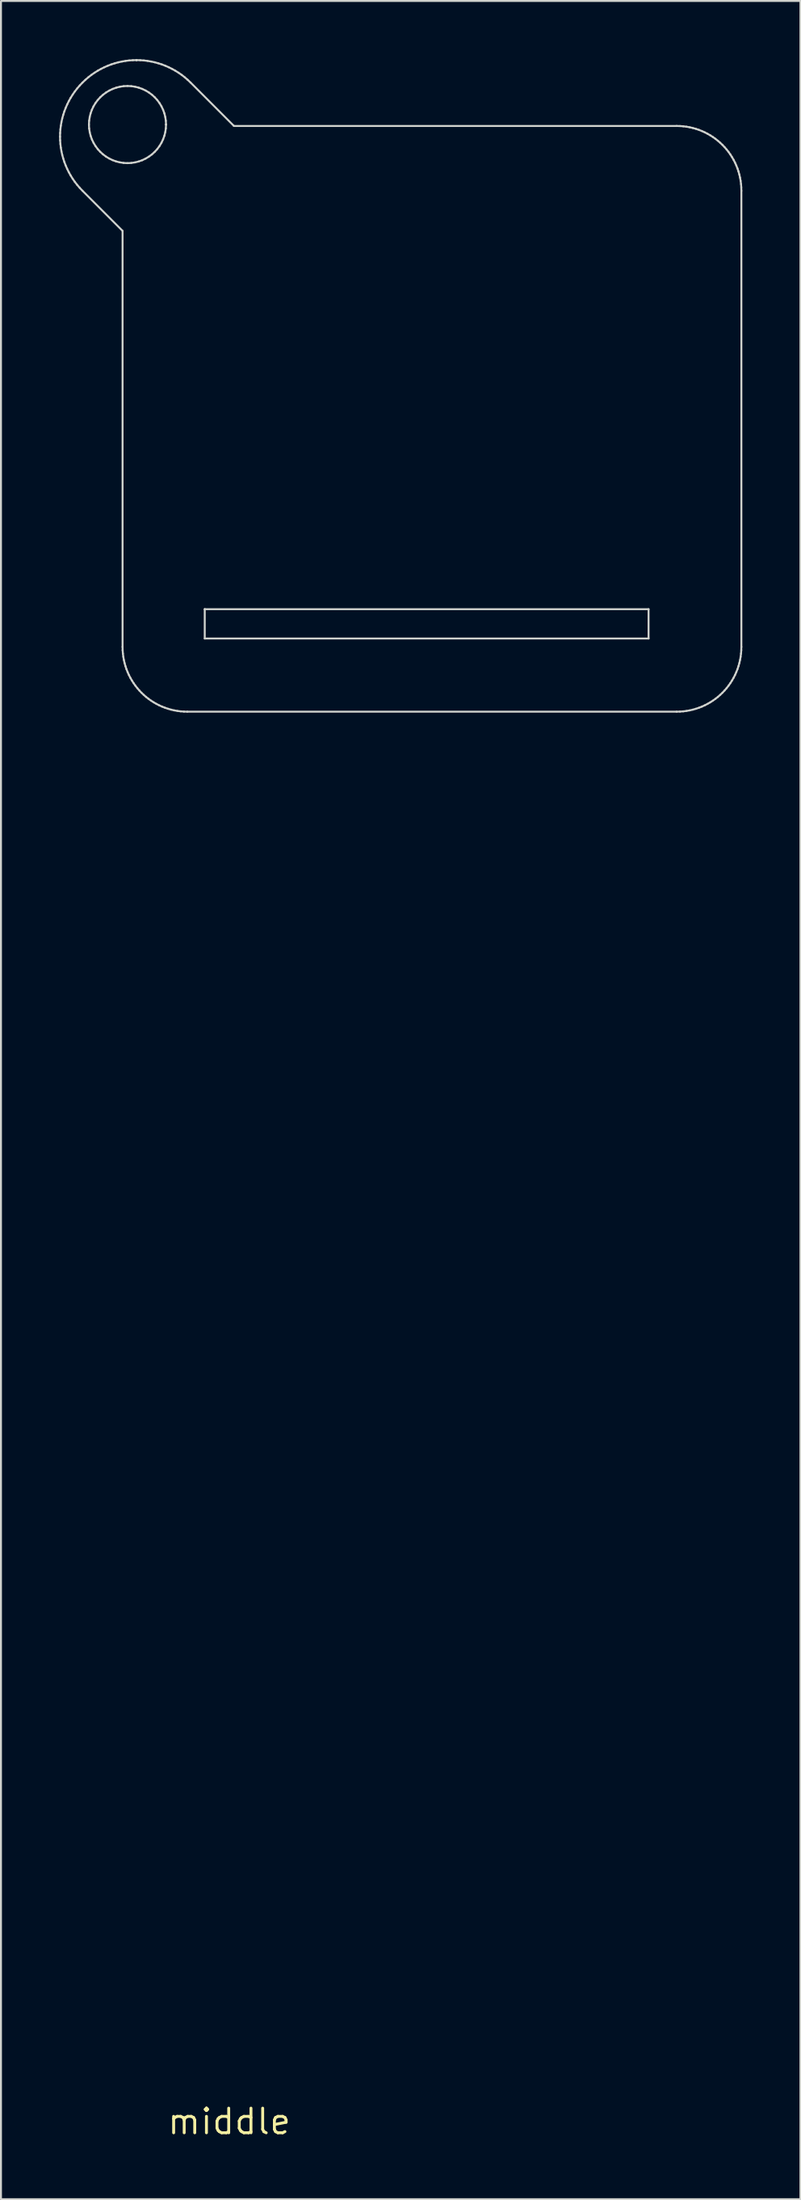
<source format=kicad_pcb>
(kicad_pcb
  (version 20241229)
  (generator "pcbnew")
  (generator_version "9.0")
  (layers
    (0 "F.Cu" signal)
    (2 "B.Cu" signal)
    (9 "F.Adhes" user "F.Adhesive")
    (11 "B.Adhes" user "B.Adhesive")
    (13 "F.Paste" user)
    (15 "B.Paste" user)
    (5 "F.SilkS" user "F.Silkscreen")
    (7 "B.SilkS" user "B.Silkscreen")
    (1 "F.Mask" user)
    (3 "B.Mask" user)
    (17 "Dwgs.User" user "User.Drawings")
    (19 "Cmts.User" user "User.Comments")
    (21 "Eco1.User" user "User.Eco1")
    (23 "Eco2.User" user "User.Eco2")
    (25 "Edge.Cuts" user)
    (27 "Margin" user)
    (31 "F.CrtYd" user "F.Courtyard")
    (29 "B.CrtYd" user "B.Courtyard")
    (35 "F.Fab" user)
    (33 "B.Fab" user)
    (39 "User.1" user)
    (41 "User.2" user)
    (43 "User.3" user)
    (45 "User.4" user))
  (footprint "middle"
    (layer "F.Cu")
    (at 8.787 106.369)
    (property "Reference" "middle" (at 0 0 0) (layer "F.SilkS") (effects (font (size 1.27 1.27) (thickness 0.15))))
    (attr through_hole)
    (fp_line (start -8.737 -102.37) (end -8.733 -102.181) (stroke (width 0.1) (type solid)) (layer "Edge.Cuts"))
    (fp_line (start -8.733 -102.559) (end -8.737 -102.37) (stroke (width 0.1) (type solid)) (layer "Edge.Cuts"))
    (fp_line (start -8.733 -102.181) (end -8.719 -101.992) (stroke (width 0.1) (type solid)) (layer "Edge.Cuts"))
    (fp_line (start -8.719 -102.748) (end -8.733 -102.559) (stroke (width 0.1) (type solid)) (layer "Edge.Cuts"))
    (fp_line (start -8.719 -101.992) (end -8.696 -101.804) (stroke (width 0.1) (type solid)) (layer "Edge.Cuts"))
    (fp_line (start -8.696 -102.936) (end -8.719 -102.748) (stroke (width 0.1) (type solid)) (layer "Edge.Cuts"))
    (fp_line (start -8.696 -101.804) (end -8.665 -101.617) (stroke (width 0.1) (type solid)) (layer "Edge.Cuts"))
    (fp_line (start -8.665 -103.123) (end -8.696 -102.936) (stroke (width 0.1) (type solid)) (layer "Edge.Cuts"))
    (fp_line (start -8.665 -101.617) (end -8.624 -101.432) (stroke (width 0.1) (type solid)) (layer "Edge.Cuts"))
    (fp_line (start -8.624 -103.308) (end -8.665 -103.123) (stroke (width 0.1) (type solid)) (layer "Edge.Cuts"))
    (fp_line (start -8.624 -101.432) (end -8.574 -101.248) (stroke (width 0.1) (type solid)) (layer "Edge.Cuts"))
    (fp_line (start -8.574 -103.492) (end -8.624 -103.308) (stroke (width 0.1) (type solid)) (layer "Edge.Cuts"))
    (fp_line (start -8.574 -101.248) (end -8.515 -101.066) (stroke (width 0.1) (type solid)) (layer "Edge.Cuts"))
    (fp_line (start -8.515 -103.674) (end -8.574 -103.492) (stroke (width 0.1) (type solid)) (layer "Edge.Cuts"))
    (fp_line (start -8.515 -101.066) (end -8.447 -100.887) (stroke (width 0.1) (type solid)) (layer "Edge.Cuts"))
    (fp_line (start -8.447 -103.853) (end -8.515 -103.674) (stroke (width 0.1) (type solid)) (layer "Edge.Cuts"))
    (fp_line (start -8.447 -100.887) (end -8.37 -100.71) (stroke (width 0.1) (type solid)) (layer "Edge.Cuts"))
    (fp_line (start -8.37 -104.03) (end -8.447 -103.853) (stroke (width 0.1) (type solid)) (layer "Edge.Cuts"))
    (fp_line (start -8.37 -100.71) (end -8.284 -100.536) (stroke (width 0.1) (type solid)) (layer "Edge.Cuts"))
    (fp_line (start -8.284 -104.204) (end -8.37 -104.03) (stroke (width 0.1) (type solid)) (layer "Edge.Cuts"))
    (fp_line (start -8.284 -100.536) (end -8.189 -100.366) (stroke (width 0.1) (type solid)) (layer "Edge.Cuts"))
    (fp_line (start -8.189 -104.374) (end -8.284 -104.204) (stroke (width 0.1) (type solid)) (layer "Edge.Cuts"))
    (fp_line (start -8.189 -100.366) (end -8.085 -100.2) (stroke (width 0.1) (type solid)) (layer "Edge.Cuts"))
    (fp_line (start -8.085 -104.54) (end -8.189 -104.374) (stroke (width 0.1) (type solid)) (layer "Edge.Cuts"))
    (fp_line (start -8.085 -100.2) (end -7.972 -100.038) (stroke (width 0.1) (type solid)) (layer "Edge.Cuts"))
    (fp_line (start -7.972 -104.702) (end -8.085 -104.54) (stroke (width 0.1) (type solid)) (layer "Edge.Cuts"))
    (fp_line (start -7.972 -100.038) (end -7.85 -99.88) (stroke (width 0.1) (type solid)) (layer "Edge.Cuts"))
    (fp_line (start -7.85 -104.86) (end -7.972 -104.702) (stroke (width 0.1) (type solid)) (layer "Edge.Cuts"))
    (fp_line (start -7.85 -99.88) (end -7.718 -99.728) (stroke (width 0.1) (type solid)) (layer "Edge.Cuts"))
    (fp_line (start -7.718 -105.012) (end -7.85 -104.86) (stroke (width 0.1) (type solid)) (layer "Edge.Cuts"))
    (fp_line (start -7.718 -99.728) (end -7.578 -99.58) (stroke (width 0.1) (type solid)) (layer "Edge.Cuts"))
    (fp_line (start -7.578 -105.16) (end -7.718 -105.012) (stroke (width 0.1) (type solid)) (layer "Edge.Cuts"))
    (fp_line (start -7.578 -99.58) (end -5.51 -97.512) (stroke (width 0.1) (type solid)) (layer "Edge.Cuts"))
    (fp_line (start -7.43 -105.3) (end -7.578 -105.16) (stroke (width 0.1) (type solid)) (layer "Edge.Cuts"))
    (fp_line (start -7.278 -105.432) (end -7.43 -105.3) (stroke (width 0.1) (type solid)) (layer "Edge.Cuts"))
    (fp_line (start -7.245 -102.995) (end -7.235 -103.192) (stroke (width 0.1) (type solid)) (layer "Edge.Cuts"))
    (fp_line (start -7.235 -103.192) (end -7.206 -103.385) (stroke (width 0.1) (type solid)) (layer "Edge.Cuts"))
    (fp_line (start -7.235 -102.792) (end -7.245 -102.995) (stroke (width 0.1) (type solid)) (layer "Edge.Cuts"))
    (fp_line (start -7.206 -103.385) (end -7.159 -103.574) (stroke (width 0.1) (type solid)) (layer "Edge.Cuts"))
    (fp_line (start -7.204 -102.594) (end -7.235 -102.792) (stroke (width 0.1) (type solid)) (layer "Edge.Cuts"))
    (fp_line (start -7.159 -103.574) (end -7.093 -103.756) (stroke (width 0.1) (type solid)) (layer "Edge.Cuts"))
    (fp_line (start -7.155 -102.403) (end -7.204 -102.594) (stroke (width 0.1) (type solid)) (layer "Edge.Cuts"))
    (fp_line (start -7.12 -105.554) (end -7.278 -105.432) (stroke (width 0.1) (type solid)) (layer "Edge.Cuts"))
    (fp_line (start -7.093 -103.756) (end -7.011 -103.932) (stroke (width 0.1) (type solid)) (layer "Edge.Cuts"))
    (fp_line (start -7.089 -102.221) (end -7.155 -102.403) (stroke (width 0.1) (type solid)) (layer "Edge.Cuts"))
    (fp_line (start -7.011 -103.932) (end -6.911 -104.099) (stroke (width 0.1) (type solid)) (layer "Edge.Cuts"))
    (fp_line (start -7.005 -102.047) (end -7.089 -102.221) (stroke (width 0.1) (type solid)) (layer "Edge.Cuts"))
    (fp_line (start -6.958 -105.667) (end -7.12 -105.554) (stroke (width 0.1) (type solid)) (layer "Edge.Cuts"))
    (fp_line (start -6.911 -104.099) (end -6.794 -104.256) (stroke (width 0.1) (type solid)) (layer "Edge.Cuts"))
    (fp_line (start -6.905 -101.883) (end -7.005 -102.047) (stroke (width 0.1) (type solid)) (layer "Edge.Cuts"))
    (fp_line (start -6.794 -104.256) (end -6.662 -104.402) (stroke (width 0.1) (type solid)) (layer "Edge.Cuts"))
    (fp_line (start -6.792 -105.771) (end -6.958 -105.667) (stroke (width 0.1) (type solid)) (layer "Edge.Cuts"))
    (fp_line (start -6.791 -101.729) (end -6.905 -101.883) (stroke (width 0.1) (type solid)) (layer "Edge.Cuts"))
    (fp_line (start -6.662 -104.402) (end -6.516 -104.534) (stroke (width 0.1) (type solid)) (layer "Edge.Cuts"))
    (fp_line (start -6.662 -101.588) (end -6.791 -101.729) (stroke (width 0.1) (type solid)) (layer "Edge.Cuts"))
    (fp_line (start -6.622 -105.866) (end -6.792 -105.771) (stroke (width 0.1) (type solid)) (layer "Edge.Cuts"))
    (fp_line (start -6.521 -101.46) (end -6.662 -101.588) (stroke (width 0.1) (type solid)) (layer "Edge.Cuts"))
    (fp_line (start -6.516 -104.534) (end -6.359 -104.65) (stroke (width 0.1) (type solid)) (layer "Edge.Cuts"))
    (fp_line (start -6.448 -105.952) (end -6.622 -105.866) (stroke (width 0.1) (type solid)) (layer "Edge.Cuts"))
    (fp_line (start -6.368 -101.345) (end -6.521 -101.46) (stroke (width 0.1) (type solid)) (layer "Edge.Cuts"))
    (fp_line (start -6.359 -104.65) (end -6.192 -104.75) (stroke (width 0.1) (type solid)) (layer "Edge.Cuts"))
    (fp_line (start -6.272 -106.029) (end -6.448 -105.952) (stroke (width 0.1) (type solid)) (layer "Edge.Cuts"))
    (fp_line (start -6.204 -101.246) (end -6.368 -101.345) (stroke (width 0.1) (type solid)) (layer "Edge.Cuts"))
    (fp_line (start -6.192 -104.75) (end -6.017 -104.833) (stroke (width 0.1) (type solid)) (layer "Edge.Cuts"))
    (fp_line (start -6.092 -106.097) (end -6.272 -106.029) (stroke (width 0.1) (type solid)) (layer "Edge.Cuts"))
    (fp_line (start -6.03 -101.162) (end -6.204 -101.246) (stroke (width 0.1) (type solid)) (layer "Edge.Cuts"))
    (fp_line (start -6.017 -104.833) (end -5.834 -104.898) (stroke (width 0.1) (type solid)) (layer "Edge.Cuts"))
    (fp_line (start -5.91 -106.156) (end -6.092 -106.097) (stroke (width 0.1) (type solid)) (layer "Edge.Cuts"))
    (fp_line (start -5.847 -101.095) (end -6.03 -101.162) (stroke (width 0.1) (type solid)) (layer "Edge.Cuts"))
    (fp_line (start -5.834 -104.898) (end -5.645 -104.946) (stroke (width 0.1) (type solid)) (layer "Edge.Cuts"))
    (fp_line (start -5.727 -106.206) (end -5.91 -106.156) (stroke (width 0.1) (type solid)) (layer "Edge.Cuts"))
    (fp_line (start -5.656 -101.046) (end -5.847 -101.095) (stroke (width 0.1) (type solid)) (layer "Edge.Cuts"))
    (fp_line (start -5.645 -104.946) (end -5.452 -104.975) (stroke (width 0.1) (type solid)) (layer "Edge.Cuts"))
    (fp_line (start -5.541 -106.246) (end -5.727 -106.206) (stroke (width 0.1) (type solid)) (layer "Edge.Cuts"))
    (fp_line (start -5.51 -97.512) (end -5.51 -76.056) (stroke (width 0.1) (type solid)) (layer "Edge.Cuts"))
    (fp_line (start -5.51 -76.056) (end -5.506 -75.884) (stroke (width 0.1) (type solid)) (layer "Edge.Cuts"))
    (fp_line (start -5.506 -75.884) (end -5.493 -75.714) (stroke (width 0.1) (type solid)) (layer "Edge.Cuts"))
    (fp_line (start -5.493 -75.714) (end -5.471 -75.546) (stroke (width 0.1) (type solid)) (layer "Edge.Cuts"))
    (fp_line (start -5.471 -75.546) (end -5.442 -75.381) (stroke (width 0.1) (type solid)) (layer "Edge.Cuts"))
    (fp_line (start -5.459 -101.016) (end -5.656 -101.046) (stroke (width 0.1) (type solid)) (layer "Edge.Cuts"))
    (fp_line (start -5.452 -104.975) (end -5.255 -104.984) (stroke (width 0.1) (type solid)) (layer "Edge.Cuts"))
    (fp_line (start -5.442 -75.381) (end -5.405 -75.219) (stroke (width 0.1) (type solid)) (layer "Edge.Cuts"))
    (fp_line (start -5.405 -75.219) (end -5.36 -75.06) (stroke (width 0.1) (type solid)) (layer "Edge.Cuts"))
    (fp_line (start -5.36 -75.06) (end -5.308 -74.905) (stroke (width 0.1) (type solid)) (layer "Edge.Cuts"))
    (fp_line (start -5.354 -106.278) (end -5.541 -106.246) (stroke (width 0.1) (type solid)) (layer "Edge.Cuts"))
    (fp_line (start -5.308 -74.905) (end -5.248 -74.753) (stroke (width 0.1) (type solid)) (layer "Edge.Cuts"))
    (fp_line (start -5.255 -104.984) (end -5.059 -104.975) (stroke (width 0.1) (type solid)) (layer "Edge.Cuts"))
    (fp_line (start -5.255 -101.005) (end -5.459 -101.016) (stroke (width 0.1) (type solid)) (layer "Edge.Cuts"))
    (fp_line (start -5.248 -74.753) (end -5.181 -74.605) (stroke (width 0.1) (type solid)) (layer "Edge.Cuts"))
    (fp_line (start -5.181 -74.605) (end -5.108 -74.461) (stroke (width 0.1) (type solid)) (layer "Edge.Cuts"))
    (fp_line (start -5.166 -106.301) (end -5.354 -106.278) (stroke (width 0.1) (type solid)) (layer "Edge.Cuts"))
    (fp_line (start -5.108 -74.461) (end -5.027 -74.321) (stroke (width 0.1) (type solid)) (layer "Edge.Cuts"))
    (fp_line (start -5.059 -104.975) (end -4.865 -104.946) (stroke (width 0.1) (type solid)) (layer "Edge.Cuts"))
    (fp_line (start -5.059 -101.015) (end -5.255 -101.005) (stroke (width 0.1) (type solid)) (layer "Edge.Cuts"))
    (fp_line (start -5.027 -74.321) (end -4.94 -74.185) (stroke (width 0.1) (type solid)) (layer "Edge.Cuts"))
    (fp_line (start -4.977 -106.314) (end -5.166 -106.301) (stroke (width 0.1) (type solid)) (layer "Edge.Cuts"))
    (fp_line (start -4.94 -74.185) (end -4.847 -74.054) (stroke (width 0.1) (type solid)) (layer "Edge.Cuts"))
    (fp_line (start -4.865 -104.946) (end -4.677 -104.898) (stroke (width 0.1) (type solid)) (layer "Edge.Cuts"))
    (fp_line (start -4.865 -101.044) (end -5.059 -101.015) (stroke (width 0.1) (type solid)) (layer "Edge.Cuts"))
    (fp_line (start -4.847 -74.054) (end -4.748 -73.928) (stroke (width 0.1) (type solid)) (layer "Edge.Cuts"))
    (fp_line (start -4.788 -106.319) (end -4.977 -106.314) (stroke (width 0.1) (type solid)) (layer "Edge.Cuts"))
    (fp_line (start -4.788 -106.319) (end -4.788 -106.319) (stroke (width 0.1) (type solid)) (layer "Edge.Cuts"))
    (fp_line (start -4.788 -106.319) (end -4.788 -106.319) (stroke (width 0.1) (type solid)) (layer "Edge.Cuts"))
    (fp_line (start -4.748 -73.928) (end -4.643 -73.807) (stroke (width 0.1) (type solid)) (layer "Edge.Cuts"))
    (fp_line (start -4.677 -104.898) (end -4.494 -104.833) (stroke (width 0.1) (type solid)) (layer "Edge.Cuts"))
    (fp_line (start -4.677 -101.091) (end -4.865 -101.044) (stroke (width 0.1) (type solid)) (layer "Edge.Cuts"))
    (fp_line (start -4.643 -73.807) (end -4.533 -73.691) (stroke (width 0.1) (type solid)) (layer "Edge.Cuts"))
    (fp_line (start -4.599 -106.314) (end -4.788 -106.319) (stroke (width 0.1) (type solid)) (layer "Edge.Cuts"))
    (fp_line (start -4.533 -73.691) (end -4.417 -73.58) (stroke (width 0.1) (type solid)) (layer "Edge.Cuts"))
    (fp_line (start -4.494 -104.833) (end -4.319 -104.75) (stroke (width 0.1) (type solid)) (layer "Edge.Cuts"))
    (fp_line (start -4.494 -101.157) (end -4.677 -101.091) (stroke (width 0.1) (type solid)) (layer "Edge.Cuts"))
    (fp_line (start -4.417 -73.58) (end -4.296 -73.475) (stroke (width 0.1) (type solid)) (layer "Edge.Cuts"))
    (fp_line (start -4.411 -106.301) (end -4.599 -106.314) (stroke (width 0.1) (type solid)) (layer "Edge.Cuts"))
    (fp_line (start -4.319 -104.75) (end -4.152 -104.65) (stroke (width 0.1) (type solid)) (layer "Edge.Cuts"))
    (fp_line (start -4.319 -101.24) (end -4.494 -101.157) (stroke (width 0.1) (type solid)) (layer "Edge.Cuts"))
    (fp_line (start -4.296 -73.475) (end -4.17 -73.376) (stroke (width 0.1) (type solid)) (layer "Edge.Cuts"))
    (fp_line (start -4.223 -106.278) (end -4.411 -106.301) (stroke (width 0.1) (type solid)) (layer "Edge.Cuts"))
    (fp_line (start -4.17 -73.376) (end -4.039 -73.283) (stroke (width 0.1) (type solid)) (layer "Edge.Cuts"))
    (fp_line (start -4.152 -104.65) (end -3.994 -104.534) (stroke (width 0.1) (type solid)) (layer "Edge.Cuts"))
    (fp_line (start -4.152 -101.34) (end -4.319 -101.24) (stroke (width 0.1) (type solid)) (layer "Edge.Cuts"))
    (fp_line (start -4.039 -73.283) (end -3.903 -73.196) (stroke (width 0.1) (type solid)) (layer "Edge.Cuts"))
    (fp_line (start -4.036 -106.246) (end -4.223 -106.278) (stroke (width 0.1) (type solid)) (layer "Edge.Cuts"))
    (fp_line (start -3.994 -104.534) (end -3.849 -104.402) (stroke (width 0.1) (type solid)) (layer "Edge.Cuts"))
    (fp_line (start -3.994 -101.456) (end -4.152 -101.34) (stroke (width 0.1) (type solid)) (layer "Edge.Cuts"))
    (fp_line (start -3.903 -73.196) (end -3.763 -73.116) (stroke (width 0.1) (type solid)) (layer "Edge.Cuts"))
    (fp_line (start -3.85 -106.206) (end -4.036 -106.246) (stroke (width 0.1) (type solid)) (layer "Edge.Cuts"))
    (fp_line (start -3.849 -104.402) (end -3.716 -104.256) (stroke (width 0.1) (type solid)) (layer "Edge.Cuts"))
    (fp_line (start -3.849 -101.588) (end -3.994 -101.456) (stroke (width 0.1) (type solid)) (layer "Edge.Cuts"))
    (fp_line (start -3.763 -73.116) (end -3.619 -73.042) (stroke (width 0.1) (type solid)) (layer "Edge.Cuts"))
    (fp_line (start -3.716 -104.256) (end -3.6 -104.099) (stroke (width 0.1) (type solid)) (layer "Edge.Cuts"))
    (fp_line (start -3.716 -101.734) (end -3.849 -101.588) (stroke (width 0.1) (type solid)) (layer "Edge.Cuts"))
    (fp_line (start -3.666 -106.156) (end -3.85 -106.206) (stroke (width 0.1) (type solid)) (layer "Edge.Cuts"))
    (fp_line (start -3.619 -73.042) (end -3.471 -72.976) (stroke (width 0.1) (type solid)) (layer "Edge.Cuts"))
    (fp_line (start -3.6 -104.099) (end -3.5 -103.932) (stroke (width 0.1) (type solid)) (layer "Edge.Cuts"))
    (fp_line (start -3.6 -101.891) (end -3.716 -101.734) (stroke (width 0.1) (type solid)) (layer "Edge.Cuts"))
    (fp_line (start -3.5 -103.932) (end -3.417 -103.756) (stroke (width 0.1) (type solid)) (layer "Edge.Cuts"))
    (fp_line (start -3.5 -102.058) (end -3.6 -101.891) (stroke (width 0.1) (type solid)) (layer "Edge.Cuts"))
    (fp_line (start -3.484 -106.097) (end -3.666 -106.156) (stroke (width 0.1) (type solid)) (layer "Edge.Cuts"))
    (fp_line (start -3.471 -72.976) (end -3.319 -72.916) (stroke (width 0.1) (type solid)) (layer "Edge.Cuts"))
    (fp_line (start -3.417 -103.756) (end -3.352 -103.574) (stroke (width 0.1) (type solid)) (layer "Edge.Cuts"))
    (fp_line (start -3.417 -102.234) (end -3.5 -102.058) (stroke (width 0.1) (type solid)) (layer "Edge.Cuts"))
    (fp_line (start -3.352 -103.574) (end -3.304 -103.385) (stroke (width 0.1) (type solid)) (layer "Edge.Cuts"))
    (fp_line (start -3.352 -102.416) (end -3.417 -102.234) (stroke (width 0.1) (type solid)) (layer "Edge.Cuts"))
    (fp_line (start -3.319 -72.916) (end -3.163 -72.864) (stroke (width 0.1) (type solid)) (layer "Edge.Cuts"))
    (fp_line (start -3.305 -106.029) (end -3.484 -106.097) (stroke (width 0.1) (type solid)) (layer "Edge.Cuts"))
    (fp_line (start -3.304 -103.385) (end -3.276 -103.192) (stroke (width 0.1) (type solid)) (layer "Edge.Cuts"))
    (fp_line (start -3.304 -102.605) (end -3.352 -102.416) (stroke (width 0.1) (type solid)) (layer "Edge.Cuts"))
    (fp_line (start -3.276 -103.192) (end -3.266 -102.995) (stroke (width 0.1) (type solid)) (layer "Edge.Cuts"))
    (fp_line (start -3.276 -102.798) (end -3.304 -102.605) (stroke (width 0.1) (type solid)) (layer "Edge.Cuts"))
    (fp_line (start -3.266 -102.995) (end -3.276 -102.798) (stroke (width 0.1) (type solid)) (layer "Edge.Cuts"))
    (fp_line (start -3.266 -102.995) (end -3.266 -102.995) (stroke (width 0.1) (type solid)) (layer "Edge.Cuts"))
    (fp_line (start -3.266 -102.995) (end -3.266 -102.995) (stroke (width 0.1) (type solid)) (layer "Edge.Cuts"))
    (fp_line (start -3.163 -72.864) (end -3.005 -72.819) (stroke (width 0.1) (type solid)) (layer "Edge.Cuts"))
    (fp_line (start -3.128 -105.952) (end -3.305 -106.029) (stroke (width 0.1) (type solid)) (layer "Edge.Cuts"))
    (fp_line (start -3.005 -72.819) (end -2.843 -72.781) (stroke (width 0.1) (type solid)) (layer "Edge.Cuts"))
    (fp_line (start -2.955 -105.866) (end -3.128 -105.952) (stroke (width 0.1) (type solid)) (layer "Edge.Cuts"))
    (fp_line (start -2.843 -72.781) (end -2.678 -72.752) (stroke (width 0.1) (type solid)) (layer "Edge.Cuts"))
    (fp_line (start -2.785 -105.771) (end -2.955 -105.866) (stroke (width 0.1) (type solid)) (layer "Edge.Cuts"))
    (fp_line (start -2.678 -72.752) (end -2.51 -72.731) (stroke (width 0.1) (type solid)) (layer "Edge.Cuts"))
    (fp_line (start -2.618 -105.667) (end -2.785 -105.771) (stroke (width 0.1) (type solid)) (layer "Edge.Cuts"))
    (fp_line (start -2.51 -72.731) (end -2.34 -72.718) (stroke (width 0.1) (type solid)) (layer "Edge.Cuts"))
    (fp_line (start -2.456 -105.554) (end -2.618 -105.667) (stroke (width 0.1) (type solid)) (layer "Edge.Cuts"))
    (fp_line (start -2.34 -72.718) (end -2.167 -72.714) (stroke (width 0.1) (type solid)) (layer "Edge.Cuts"))
    (fp_line (start -2.298 -105.432) (end -2.456 -105.554) (stroke (width 0.1) (type solid)) (layer "Edge.Cuts"))
    (fp_line (start -2.167 -72.714) (end 23.093 -72.714) (stroke (width 0.1) (type solid)) (layer "Edge.Cuts"))
    (fp_line (start -2.146 -105.3) (end -2.298 -105.432) (stroke (width 0.1) (type solid)) (layer "Edge.Cuts"))
    (fp_line (start -1.998 -105.16) (end -2.146 -105.3) (stroke (width 0.1) (type solid)) (layer "Edge.Cuts"))
    (fp_line (start -1.267 -77.999) (end -1.267 -77.999) (stroke (width 0.1) (type solid)) (layer "Edge.Cuts"))
    (fp_line (start -1.267 -77.999) (end 21.645 -77.999) (stroke (width 0.1) (type solid)) (layer "Edge.Cuts"))
    (fp_line (start -1.267 -76.487) (end -1.267 -77.999) (stroke (width 0.1) (type solid)) (layer "Edge.Cuts"))
    (fp_line (start 0.239 -102.923) (end -1.998 -105.16) (stroke (width 0.1) (type solid)) (layer "Edge.Cuts"))
    (fp_line (start 21.645 -77.999) (end 21.645 -76.487) (stroke (width 0.1) (type solid)) (layer "Edge.Cuts"))
    (fp_line (start 21.645 -76.487) (end -1.267 -76.487) (stroke (width 0.1) (type solid)) (layer "Edge.Cuts"))
    (fp_line (start 23.093 -102.923) (end 0.239 -102.923) (stroke (width 0.1) (type solid)) (layer "Edge.Cuts"))
    (fp_line (start 23.093 -72.714) (end 23.266 -72.718) (stroke (width 0.1) (type solid)) (layer "Edge.Cuts"))
    (fp_line (start 23.266 -102.918) (end 23.093 -102.923) (stroke (width 0.1) (type solid)) (layer "Edge.Cuts"))
    (fp_line (start 23.266 -72.718) (end 23.436 -72.731) (stroke (width 0.1) (type solid)) (layer "Edge.Cuts"))
    (fp_line (start 23.436 -102.905) (end 23.266 -102.918) (stroke (width 0.1) (type solid)) (layer "Edge.Cuts"))
    (fp_line (start 23.436 -72.731) (end 23.604 -72.752) (stroke (width 0.1) (type solid)) (layer "Edge.Cuts"))
    (fp_line (start 23.604 -102.884) (end 23.436 -102.905) (stroke (width 0.1) (type solid)) (layer "Edge.Cuts"))
    (fp_line (start 23.604 -72.752) (end 23.769 -72.781) (stroke (width 0.1) (type solid)) (layer "Edge.Cuts"))
    (fp_line (start 23.769 -102.855) (end 23.604 -102.884) (stroke (width 0.1) (type solid)) (layer "Edge.Cuts"))
    (fp_line (start 23.769 -72.781) (end 23.93 -72.819) (stroke (width 0.1) (type solid)) (layer "Edge.Cuts"))
    (fp_line (start 23.93 -102.818) (end 23.769 -102.855) (stroke (width 0.1) (type solid)) (layer "Edge.Cuts"))
    (fp_line (start 23.93 -72.819) (end 24.089 -72.864) (stroke (width 0.1) (type solid)) (layer "Edge.Cuts"))
    (fp_line (start 24.089 -102.773) (end 23.93 -102.818) (stroke (width 0.1) (type solid)) (layer "Edge.Cuts"))
    (fp_line (start 24.089 -72.864) (end 24.245 -72.916) (stroke (width 0.1) (type solid)) (layer "Edge.Cuts"))
    (fp_line (start 24.245 -102.72) (end 24.089 -102.773) (stroke (width 0.1) (type solid)) (layer "Edge.Cuts"))
    (fp_line (start 24.245 -72.916) (end 24.397 -72.976) (stroke (width 0.1) (type solid)) (layer "Edge.Cuts"))
    (fp_line (start 24.397 -102.661) (end 24.245 -102.72) (stroke (width 0.1) (type solid)) (layer "Edge.Cuts"))
    (fp_line (start 24.397 -72.976) (end 24.545 -73.042) (stroke (width 0.1) (type solid)) (layer "Edge.Cuts"))
    (fp_line (start 24.545 -102.594) (end 24.397 -102.661) (stroke (width 0.1) (type solid)) (layer "Edge.Cuts"))
    (fp_line (start 24.545 -73.042) (end 24.689 -73.116) (stroke (width 0.1) (type solid)) (layer "Edge.Cuts"))
    (fp_line (start 24.689 -102.52) (end 24.545 -102.594) (stroke (width 0.1) (type solid)) (layer "Edge.Cuts"))
    (fp_line (start 24.689 -73.116) (end 24.829 -73.196) (stroke (width 0.1) (type solid)) (layer "Edge.Cuts"))
    (fp_line (start 24.829 -102.44) (end 24.689 -102.52) (stroke (width 0.1) (type solid)) (layer "Edge.Cuts"))
    (fp_line (start 24.829 -73.196) (end 24.965 -73.283) (stroke (width 0.1) (type solid)) (layer "Edge.Cuts"))
    (fp_line (start 24.965 -102.353) (end 24.829 -102.44) (stroke (width 0.1) (type solid)) (layer "Edge.Cuts"))
    (fp_line (start 24.965 -73.283) (end 25.096 -73.376) (stroke (width 0.1) (type solid)) (layer "Edge.Cuts"))
    (fp_line (start 25.096 -102.26) (end 24.965 -102.353) (stroke (width 0.1) (type solid)) (layer "Edge.Cuts"))
    (fp_line (start 25.096 -73.376) (end 25.222 -73.475) (stroke (width 0.1) (type solid)) (layer "Edge.Cuts"))
    (fp_line (start 25.222 -102.161) (end 25.096 -102.26) (stroke (width 0.1) (type solid)) (layer "Edge.Cuts"))
    (fp_line (start 25.222 -73.475) (end 25.343 -73.58) (stroke (width 0.1) (type solid)) (layer "Edge.Cuts"))
    (fp_line (start 25.343 -102.056) (end 25.222 -102.161) (stroke (width 0.1) (type solid)) (layer "Edge.Cuts"))
    (fp_line (start 25.343 -73.58) (end 25.459 -73.691) (stroke (width 0.1) (type solid)) (layer "Edge.Cuts"))
    (fp_line (start 25.459 -101.946) (end 25.343 -102.056) (stroke (width 0.1) (type solid)) (layer "Edge.Cuts"))
    (fp_line (start 25.459 -73.691) (end 25.569 -73.807) (stroke (width 0.1) (type solid)) (layer "Edge.Cuts"))
    (fp_line (start 25.569 -101.83) (end 25.459 -101.946) (stroke (width 0.1) (type solid)) (layer "Edge.Cuts"))
    (fp_line (start 25.569 -73.807) (end 25.674 -73.928) (stroke (width 0.1) (type solid)) (layer "Edge.Cuts"))
    (fp_line (start 25.674 -101.709) (end 25.569 -101.83) (stroke (width 0.1) (type solid)) (layer "Edge.Cuts"))
    (fp_line (start 25.674 -73.928) (end 25.773 -74.054) (stroke (width 0.1) (type solid)) (layer "Edge.Cuts"))
    (fp_line (start 25.773 -101.583) (end 25.674 -101.709) (stroke (width 0.1) (type solid)) (layer "Edge.Cuts"))
    (fp_line (start 25.773 -74.054) (end 25.866 -74.185) (stroke (width 0.1) (type solid)) (layer "Edge.Cuts"))
    (fp_line (start 25.866 -101.452) (end 25.773 -101.583) (stroke (width 0.1) (type solid)) (layer "Edge.Cuts"))
    (fp_line (start 25.866 -74.185) (end 25.953 -74.321) (stroke (width 0.1) (type solid)) (layer "Edge.Cuts"))
    (fp_line (start 25.953 -101.316) (end 25.866 -101.452) (stroke (width 0.1) (type solid)) (layer "Edge.Cuts"))
    (fp_line (start 25.953 -74.321) (end 26.034 -74.461) (stroke (width 0.1) (type solid)) (layer "Edge.Cuts"))
    (fp_line (start 26.034 -101.176) (end 25.953 -101.316) (stroke (width 0.1) (type solid)) (layer "Edge.Cuts"))
    (fp_line (start 26.034 -74.461) (end 26.107 -74.605) (stroke (width 0.1) (type solid)) (layer "Edge.Cuts"))
    (fp_line (start 26.107 -101.032) (end 26.034 -101.176) (stroke (width 0.1) (type solid)) (layer "Edge.Cuts"))
    (fp_line (start 26.107 -74.605) (end 26.174 -74.753) (stroke (width 0.1) (type solid)) (layer "Edge.Cuts"))
    (fp_line (start 26.174 -100.884) (end 26.107 -101.032) (stroke (width 0.1) (type solid)) (layer "Edge.Cuts"))
    (fp_line (start 26.174 -74.753) (end 26.234 -74.905) (stroke (width 0.1) (type solid)) (layer "Edge.Cuts"))
    (fp_line (start 26.234 -100.732) (end 26.174 -100.884) (stroke (width 0.1) (type solid)) (layer "Edge.Cuts"))
    (fp_line (start 26.234 -74.905) (end 26.286 -75.06) (stroke (width 0.1) (type solid)) (layer "Edge.Cuts"))
    (fp_line (start 26.286 -100.577) (end 26.234 -100.732) (stroke (width 0.1) (type solid)) (layer "Edge.Cuts"))
    (fp_line (start 26.286 -75.06) (end 26.331 -75.219) (stroke (width 0.1) (type solid)) (layer "Edge.Cuts"))
    (fp_line (start 26.331 -100.418) (end 26.286 -100.577) (stroke (width 0.1) (type solid)) (layer "Edge.Cuts"))
    (fp_line (start 26.331 -75.219) (end 26.368 -75.381) (stroke (width 0.1) (type solid)) (layer "Edge.Cuts"))
    (fp_line (start 26.368 -100.256) (end 26.331 -100.418) (stroke (width 0.1) (type solid)) (layer "Edge.Cuts"))
    (fp_line (start 26.368 -75.381) (end 26.397 -75.546) (stroke (width 0.1) (type solid)) (layer "Edge.Cuts"))
    (fp_line (start 26.397 -100.091) (end 26.368 -100.256) (stroke (width 0.1) (type solid)) (layer "Edge.Cuts"))
    (fp_line (start 26.397 -75.546) (end 26.419 -75.714) (stroke (width 0.1) (type solid)) (layer "Edge.Cuts"))
    (fp_line (start 26.419 -99.923) (end 26.397 -100.091) (stroke (width 0.1) (type solid)) (layer "Edge.Cuts"))
    (fp_line (start 26.419 -75.714) (end 26.431 -75.884) (stroke (width 0.1) (type solid)) (layer "Edge.Cuts"))
    (fp_line (start 26.431 -99.753) (end 26.419 -99.923) (stroke (width 0.1) (type solid)) (layer "Edge.Cuts"))
    (fp_line (start 26.431 -75.884) (end 26.436 -76.056) (stroke (width 0.1) (type solid)) (layer "Edge.Cuts"))
    (fp_line (start 26.436 -99.581) (end 26.431 -99.753) (stroke (width 0.1) (type solid)) (layer "Edge.Cuts"))
    (fp_line (start 26.436 -76.056) (end 26.436 -99.581) (stroke (width 0.1) (type solid)) (layer "Edge.Cuts")))
  (gr_rect
    (start -3 -3)
    (end 38.273 110.375)
    (stroke (width 0.1) (type default))
    (fill no)
    (layer "Edge.Cuts")))
</source>
